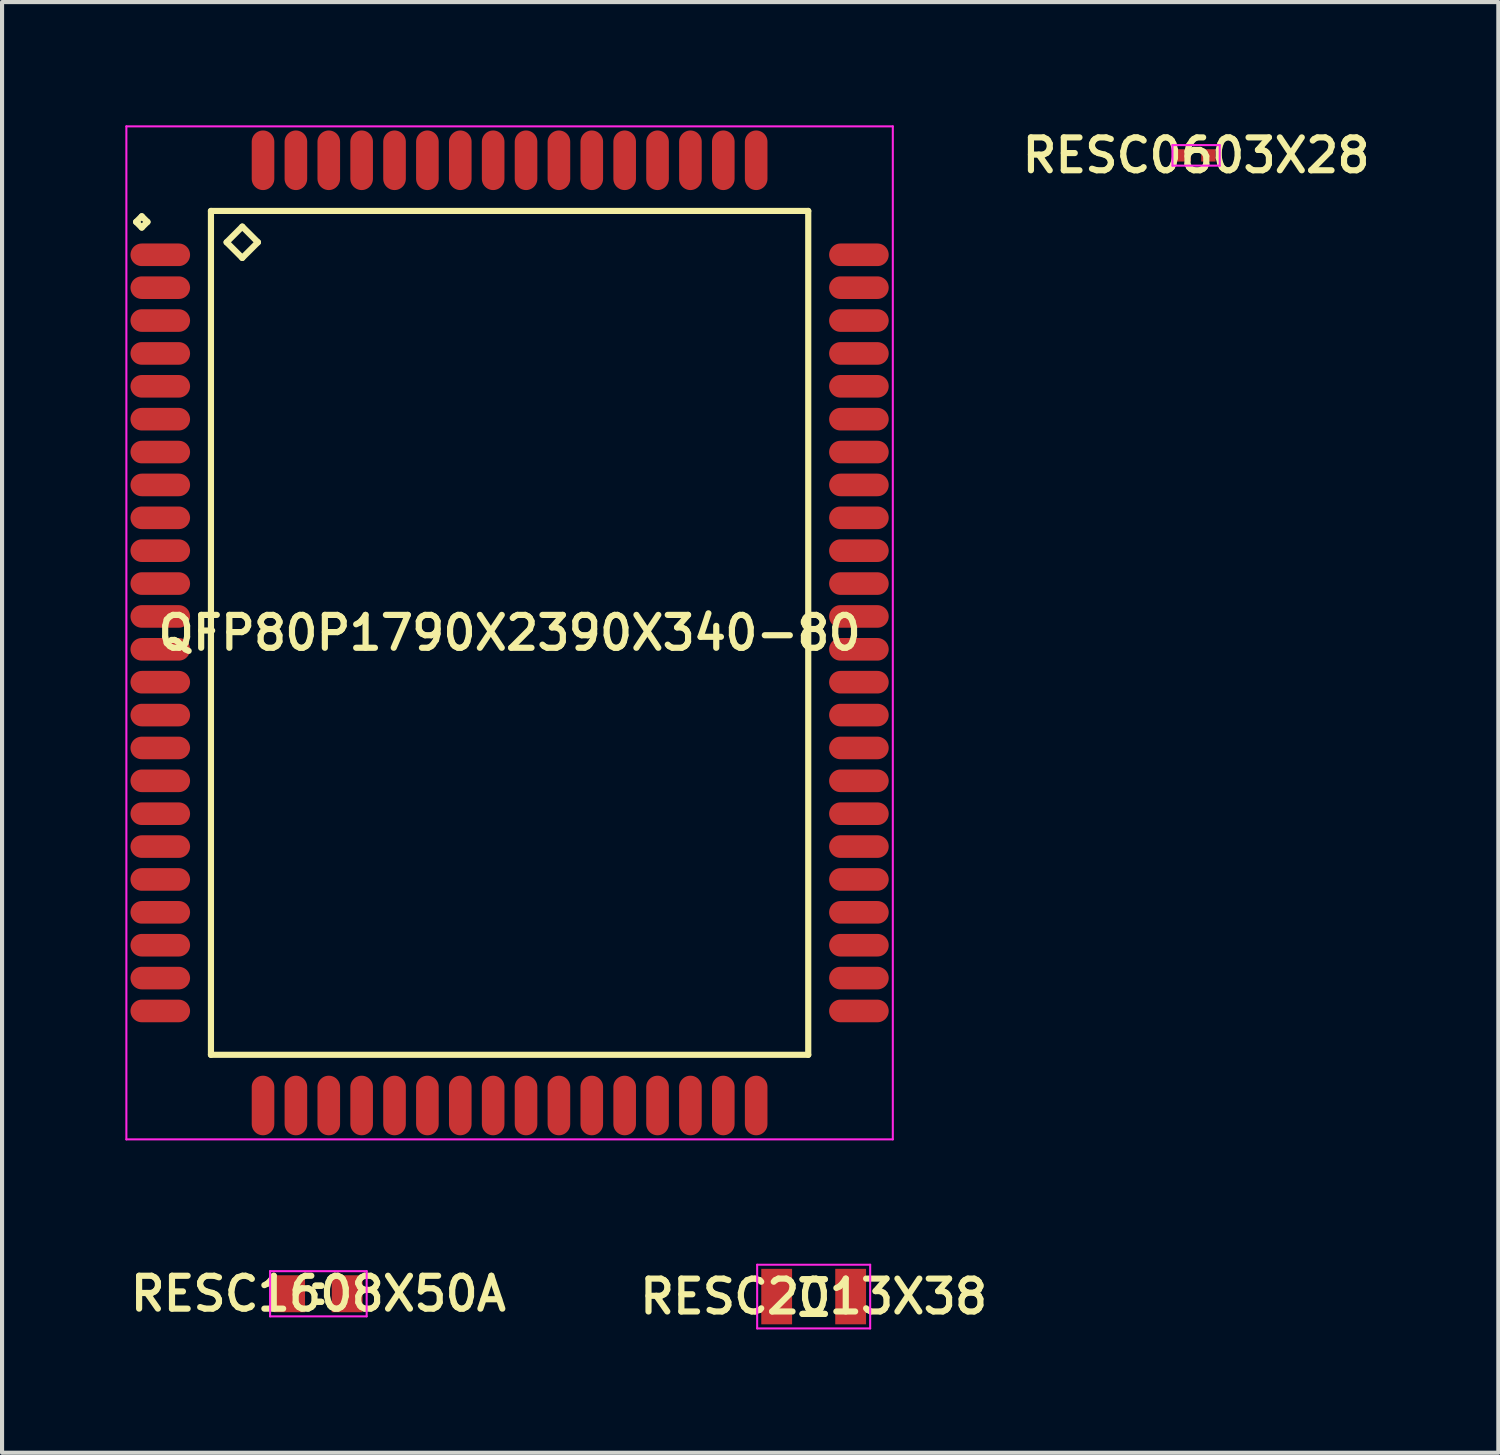
<source format=kicad_pcb>
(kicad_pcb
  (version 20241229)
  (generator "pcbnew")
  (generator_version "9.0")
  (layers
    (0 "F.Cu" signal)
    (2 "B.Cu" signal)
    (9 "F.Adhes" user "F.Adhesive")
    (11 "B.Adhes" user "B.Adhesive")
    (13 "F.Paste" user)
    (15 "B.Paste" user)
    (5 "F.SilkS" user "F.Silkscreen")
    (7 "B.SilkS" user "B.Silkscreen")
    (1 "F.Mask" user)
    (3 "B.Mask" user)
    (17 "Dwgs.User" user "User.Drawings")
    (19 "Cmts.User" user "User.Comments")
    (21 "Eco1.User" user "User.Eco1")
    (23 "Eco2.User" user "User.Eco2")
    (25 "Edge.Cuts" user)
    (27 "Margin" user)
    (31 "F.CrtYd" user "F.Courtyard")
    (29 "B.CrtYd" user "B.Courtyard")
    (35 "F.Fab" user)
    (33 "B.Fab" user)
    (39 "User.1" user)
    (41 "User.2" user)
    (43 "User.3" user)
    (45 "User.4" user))
  (footprint "RESC1608X50A"
    (layer "F.Cu")
    (at 4.697 28.431)
    (property "Reference" "RESC1608X50A" (at 0 0 0) (layer "F.SilkS") (effects (font (size 0.8 0.8) (thickness 0.15))))
    (attr smd)
    (fp_line (start -0.071 -0.196) (end 0.071 -0.196) (stroke (width 0.15) (type solid)) (layer "F.SilkS"))
    (fp_line (start -0.071 0.196) (end 0.071 0.196) (stroke (width 0.15) (type solid)) (layer "F.SilkS"))
    (fp_line (start 0.071 -0.196) (end -0.071 -0.196) (stroke (width 0.15) (type solid)) (layer "F.SilkS"))
    (fp_line (start 0.071 0.196) (end -0.071 0.196) (stroke (width 0.15) (type solid)) (layer "F.SilkS"))
    (fp_line (start -1.175 -0.55) (end 1.175 -0.55) (stroke (width 0.05) (type solid)) (layer "F.CrtYd"))
    (fp_line (start -1.175 0.55) (end -1.175 -0.55) (stroke (width 0.05) (type solid)) (layer "F.CrtYd"))
    (fp_line (start 1.175 -0.55) (end 1.175 0.55) (stroke (width 0.05) (type solid)) (layer "F.CrtYd"))
    (fp_line (start 1.175 0.55) (end -1.175 0.55) (stroke (width 0.05) (type solid)) (layer "F.CrtYd"))
    (pad "1" smd rect (at -0.7 0) (size 0.75 0.9) (layers "F.Cu" "F.Mask" "F.Paste"))
    (pad "2" smd rect (at 0.7 0) (size 0.75 0.9) (layers "F.Cu" "F.Mask" "F.Paste")))
  (footprint "RESC2013X38"
    (layer "F.Cu")
    (at 16.749 28.5)
    (property "Reference" "RESC2013X38" (at 0 0 0) (layer "F.SilkS") (effects (font (size 0.8 0.8) (thickness 0.15))))
    (attr smd)
    (fp_line (start -0.271 -0.421) (end 0.271 -0.421) (stroke (width 0.15) (type solid)) (layer "F.SilkS"))
    (fp_line (start -0.271 0.421) (end 0.271 0.421) (stroke (width 0.15) (type solid)) (layer "F.SilkS"))
    (fp_line (start 0.271 -0.421) (end -0.271 -0.421) (stroke (width 0.15) (type solid)) (layer "F.SilkS"))
    (fp_line (start 0.271 0.421) (end -0.271 0.421) (stroke (width 0.15) (type solid)) (layer "F.SilkS"))
    (fp_line (start -1.375 -0.775) (end 1.375 -0.775) (stroke (width 0.05) (type solid)) (layer "F.CrtYd"))
    (fp_line (start -1.375 0.775) (end -1.375 -0.775) (stroke (width 0.05) (type solid)) (layer "F.CrtYd"))
    (fp_line (start 1.375 -0.775) (end 1.375 0.775) (stroke (width 0.05) (type solid)) (layer "F.CrtYd"))
    (fp_line (start 1.375 0.775) (end -1.375 0.775) (stroke (width 0.05) (type solid)) (layer "F.CrtYd"))
    (pad "1" smd rect (at -0.9 0) (size 0.75 1.35) (layers "F.Cu" "F.Mask" "F.Paste"))
    (pad "2" smd rect (at 0.9 0) (size 0.75 1.35) (layers "F.Cu" "F.Mask" "F.Paste")))
  (footprint "QFP80P1790X2390X340-80"
    (layer "F.Cu")
    (at 9.35 12.35)
    (property "Reference" "QFP80P1790X2390X340-80" (at 0 0 0) (layer "F.SilkS") (effects (font (size 0.8 0.8) (thickness 0.15))))
    (attr smd)
    (fp_line (start -9.088 -10) (end -8.95 -10.137) (stroke (width 0.15) (type solid)) (layer "F.SilkS"))
    (fp_line (start -8.95 -10.137) (end -8.812 -10) (stroke (width 0.15) (type solid)) (layer "F.SilkS"))
    (fp_line (start -8.95 -9.863) (end -9.088 -10) (stroke (width 0.15) (type solid)) (layer "F.SilkS"))
    (fp_line (start -8.812 -10) (end -8.95 -9.863) (stroke (width 0.15) (type solid)) (layer "F.SilkS"))
    (fp_line (start -7.267 -10.267) (end -7.267 10.267) (stroke (width 0.15) (type solid)) (layer "F.SilkS"))
    (fp_line (start -7.267 10.267) (end 7.267 10.267) (stroke (width 0.15) (type solid)) (layer "F.SilkS"))
    (fp_line (start -6.886 -9.505) (end -6.505 -9.886) (stroke (width 0.15) (type solid)) (layer "F.SilkS"))
    (fp_line (start -6.505 -9.886) (end -6.124 -9.505) (stroke (width 0.15) (type solid)) (layer "F.SilkS"))
    (fp_line (start -6.505 -9.124) (end -6.886 -9.505) (stroke (width 0.15) (type solid)) (layer "F.SilkS"))
    (fp_line (start -6.124 -9.505) (end -6.505 -9.124) (stroke (width 0.15) (type solid)) (layer "F.SilkS"))
    (fp_line (start 7.267 -10.267) (end -7.267 -10.267) (stroke (width 0.15) (type solid)) (layer "F.SilkS"))
    (fp_line (start 7.267 10.267) (end 7.267 -10.267) (stroke (width 0.15) (type solid)) (layer "F.SilkS"))
    (fp_line (start -9.325 -12.325) (end 9.325 -12.325) (stroke (width 0.05) (type solid)) (layer "F.CrtYd"))
    (fp_line (start -9.325 12.325) (end -9.325 -12.325) (stroke (width 0.05) (type solid)) (layer "F.CrtYd"))
    (fp_line (start 9.325 -12.325) (end 9.325 12.325) (stroke (width 0.05) (type solid)) (layer "F.CrtYd"))
    (fp_line (start 9.325 12.325) (end -9.325 12.325) (stroke (width 0.05) (type solid)) (layer "F.CrtYd"))
    (pad "1" smd oval (at -8.5 -9.2) (size 1.45 0.55) (layers "F.Cu" "F.Mask" "F.Paste"))
    (pad "2" smd oval (at -8.5 -8.4) (size 1.45 0.55) (layers "F.Cu" "F.Mask" "F.Paste"))
    (pad "3" smd oval (at -8.5 -7.6) (size 1.45 0.55) (layers "F.Cu" "F.Mask" "F.Paste"))
    (pad "4" smd oval (at -8.5 -6.8) (size 1.45 0.55) (layers "F.Cu" "F.Mask" "F.Paste"))
    (pad "5" smd oval (at -8.5 -6) (size 1.45 0.55) (layers "F.Cu" "F.Mask" "F.Paste"))
    (pad "6" smd oval (at -8.5 -5.2) (size 1.45 0.55) (layers "F.Cu" "F.Mask" "F.Paste"))
    (pad "7" smd oval (at -8.5 -4.4) (size 1.45 0.55) (layers "F.Cu" "F.Mask" "F.Paste"))
    (pad "8" smd oval (at -8.5 -3.6) (size 1.45 0.55) (layers "F.Cu" "F.Mask" "F.Paste"))
    (pad "9" smd oval (at -8.5 -2.8) (size 1.45 0.55) (layers "F.Cu" "F.Mask" "F.Paste"))
    (pad "10" smd oval (at -8.5 -2) (size 1.45 0.55) (layers "F.Cu" "F.Mask" "F.Paste"))
    (pad "11" smd oval (at -8.5 -1.2) (size 1.45 0.55) (layers "F.Cu" "F.Mask" "F.Paste"))
    (pad "12" smd oval (at -8.5 -0.4) (size 1.45 0.55) (layers "F.Cu" "F.Mask" "F.Paste"))
    (pad "13" smd oval (at -8.5 0.4) (size 1.45 0.55) (layers "F.Cu" "F.Mask" "F.Paste"))
    (pad "14" smd oval (at -8.5 1.2) (size 1.45 0.55) (layers "F.Cu" "F.Mask" "F.Paste"))
    (pad "15" smd oval (at -8.5 2) (size 1.45 0.55) (layers "F.Cu" "F.Mask" "F.Paste"))
    (pad "16" smd oval (at -8.5 2.8) (size 1.45 0.55) (layers "F.Cu" "F.Mask" "F.Paste"))
    (pad "17" smd oval (at -8.5 3.6) (size 1.45 0.55) (layers "F.Cu" "F.Mask" "F.Paste"))
    (pad "18" smd oval (at -8.5 4.4) (size 1.45 0.55) (layers "F.Cu" "F.Mask" "F.Paste"))
    (pad "19" smd oval (at -8.5 5.2) (size 1.45 0.55) (layers "F.Cu" "F.Mask" "F.Paste"))
    (pad "20" smd oval (at -8.5 6) (size 1.45 0.55) (layers "F.Cu" "F.Mask" "F.Paste"))
    (pad "21" smd oval (at -8.5 6.8) (size 1.45 0.55) (layers "F.Cu" "F.Mask" "F.Paste"))
    (pad "22" smd oval (at -8.5 7.6) (size 1.45 0.55) (layers "F.Cu" "F.Mask" "F.Paste"))
    (pad "23" smd oval (at -8.5 8.4) (size 1.45 0.55) (layers "F.Cu" "F.Mask" "F.Paste"))
    (pad "24" smd oval (at -8.5 9.2) (size 1.45 0.55) (layers "F.Cu" "F.Mask" "F.Paste"))
    (pad "25" smd oval (at -6 11.5) (size 0.55 1.45) (layers "F.Cu" "F.Mask" "F.Paste"))
    (pad "26" smd oval (at -5.2 11.5) (size 0.55 1.45) (layers "F.Cu" "F.Mask" "F.Paste"))
    (pad "27" smd oval (at -4.4 11.5) (size 0.55 1.45) (layers "F.Cu" "F.Mask" "F.Paste"))
    (pad "28" smd oval (at -3.6 11.5) (size 0.55 1.45) (layers "F.Cu" "F.Mask" "F.Paste"))
    (pad "29" smd oval (at -2.8 11.5) (size 0.55 1.45) (layers "F.Cu" "F.Mask" "F.Paste"))
    (pad "30" smd oval (at -2 11.5) (size 0.55 1.45) (layers "F.Cu" "F.Mask" "F.Paste"))
    (pad "31" smd oval (at -1.2 11.5) (size 0.55 1.45) (layers "F.Cu" "F.Mask" "F.Paste"))
    (pad "32" smd oval (at -0.4 11.5) (size 0.55 1.45) (layers "F.Cu" "F.Mask" "F.Paste"))
    (pad "33" smd oval (at 0.4 11.5) (size 0.55 1.45) (layers "F.Cu" "F.Mask" "F.Paste"))
    (pad "34" smd oval (at 1.2 11.5) (size 0.55 1.45) (layers "F.Cu" "F.Mask" "F.Paste"))
    (pad "35" smd oval (at 2 11.5) (size 0.55 1.45) (layers "F.Cu" "F.Mask" "F.Paste"))
    (pad "36" smd oval (at 2.8 11.5) (size 0.55 1.45) (layers "F.Cu" "F.Mask" "F.Paste"))
    (pad "37" smd oval (at 3.6 11.5) (size 0.55 1.45) (layers "F.Cu" "F.Mask" "F.Paste"))
    (pad "38" smd oval (at 4.4 11.5) (size 0.55 1.45) (layers "F.Cu" "F.Mask" "F.Paste"))
    (pad "39" smd oval (at 5.2 11.5) (size 0.55 1.45) (layers "F.Cu" "F.Mask" "F.Paste"))
    (pad "40" smd oval (at 6 11.5) (size 0.55 1.45) (layers "F.Cu" "F.Mask" "F.Paste"))
    (pad "41" smd oval (at 8.5 9.2) (size 1.45 0.55) (layers "F.Cu" "F.Mask" "F.Paste"))
    (pad "42" smd oval (at 8.5 8.4) (size 1.45 0.55) (layers "F.Cu" "F.Mask" "F.Paste"))
    (pad "43" smd oval (at 8.5 7.6) (size 1.45 0.55) (layers "F.Cu" "F.Mask" "F.Paste"))
    (pad "44" smd oval (at 8.5 6.8) (size 1.45 0.55) (layers "F.Cu" "F.Mask" "F.Paste"))
    (pad "45" smd oval (at 8.5 6) (size 1.45 0.55) (layers "F.Cu" "F.Mask" "F.Paste"))
    (pad "46" smd oval (at 8.5 5.2) (size 1.45 0.55) (layers "F.Cu" "F.Mask" "F.Paste"))
    (pad "47" smd oval (at 8.5 4.4) (size 1.45 0.55) (layers "F.Cu" "F.Mask" "F.Paste"))
    (pad "48" smd oval (at 8.5 3.6) (size 1.45 0.55) (layers "F.Cu" "F.Mask" "F.Paste"))
    (pad "49" smd oval (at 8.5 2.8) (size 1.45 0.55) (layers "F.Cu" "F.Mask" "F.Paste"))
    (pad "50" smd oval (at 8.5 2) (size 1.45 0.55) (layers "F.Cu" "F.Mask" "F.Paste"))
    (pad "51" smd oval (at 8.5 1.2) (size 1.45 0.55) (layers "F.Cu" "F.Mask" "F.Paste"))
    (pad "52" smd oval (at 8.5 0.4) (size 1.45 0.55) (layers "F.Cu" "F.Mask" "F.Paste"))
    (pad "53" smd oval (at 8.5 -0.4) (size 1.45 0.55) (layers "F.Cu" "F.Mask" "F.Paste"))
    (pad "54" smd oval (at 8.5 -1.2) (size 1.45 0.55) (layers "F.Cu" "F.Mask" "F.Paste"))
    (pad "55" smd oval (at 8.5 -2) (size 1.45 0.55) (layers "F.Cu" "F.Mask" "F.Paste"))
    (pad "56" smd oval (at 8.5 -2.8) (size 1.45 0.55) (layers "F.Cu" "F.Mask" "F.Paste"))
    (pad "57" smd oval (at 8.5 -3.6) (size 1.45 0.55) (layers "F.Cu" "F.Mask" "F.Paste"))
    (pad "58" smd oval (at 8.5 -4.4) (size 1.45 0.55) (layers "F.Cu" "F.Mask" "F.Paste"))
    (pad "59" smd oval (at 8.5 -5.2) (size 1.45 0.55) (layers "F.Cu" "F.Mask" "F.Paste"))
    (pad "60" smd oval (at 8.5 -6) (size 1.45 0.55) (layers "F.Cu" "F.Mask" "F.Paste"))
    (pad "61" smd oval (at 8.5 -6.8) (size 1.45 0.55) (layers "F.Cu" "F.Mask" "F.Paste"))
    (pad "62" smd oval (at 8.5 -7.6) (size 1.45 0.55) (layers "F.Cu" "F.Mask" "F.Paste"))
    (pad "63" smd oval (at 8.5 -8.4) (size 1.45 0.55) (layers "F.Cu" "F.Mask" "F.Paste"))
    (pad "64" smd oval (at 8.5 -9.2) (size 1.45 0.55) (layers "F.Cu" "F.Mask" "F.Paste"))
    (pad "65" smd oval (at 6 -11.5) (size 0.55 1.45) (layers "F.Cu" "F.Mask" "F.Paste"))
    (pad "66" smd oval (at 5.2 -11.5) (size 0.55 1.45) (layers "F.Cu" "F.Mask" "F.Paste"))
    (pad "67" smd oval (at 4.4 -11.5) (size 0.55 1.45) (layers "F.Cu" "F.Mask" "F.Paste"))
    (pad "68" smd oval (at 3.6 -11.5) (size 0.55 1.45) (layers "F.Cu" "F.Mask" "F.Paste"))
    (pad "69" smd oval (at 2.8 -11.5) (size 0.55 1.45) (layers "F.Cu" "F.Mask" "F.Paste"))
    (pad "70" smd oval (at 2 -11.5) (size 0.55 1.45) (layers "F.Cu" "F.Mask" "F.Paste"))
    (pad "71" smd oval (at 1.2 -11.5) (size 0.55 1.45) (layers "F.Cu" "F.Mask" "F.Paste"))
    (pad "72" smd oval (at 0.4 -11.5) (size 0.55 1.45) (layers "F.Cu" "F.Mask" "F.Paste"))
    (pad "73" smd oval (at -0.4 -11.5) (size 0.55 1.45) (layers "F.Cu" "F.Mask" "F.Paste"))
    (pad "74" smd oval (at -1.2 -11.5) (size 0.55 1.45) (layers "F.Cu" "F.Mask" "F.Paste"))
    (pad "75" smd oval (at -2 -11.5) (size 0.55 1.45) (layers "F.Cu" "F.Mask" "F.Paste"))
    (pad "76" smd oval (at -2.8 -11.5) (size 0.55 1.45) (layers "F.Cu" "F.Mask" "F.Paste"))
    (pad "77" smd oval (at -3.6 -11.5) (size 0.55 1.45) (layers "F.Cu" "F.Mask" "F.Paste"))
    (pad "78" smd oval (at -4.4 -11.5) (size 0.55 1.45) (layers "F.Cu" "F.Mask" "F.Paste"))
    (pad "79" smd oval (at -5.2 -11.5) (size 0.55 1.45) (layers "F.Cu" "F.Mask" "F.Paste"))
    (pad "80" smd oval (at -6 -11.5) (size 0.55 1.45) (layers "F.Cu" "F.Mask" "F.Paste")))
  (footprint "RESC0603X28"
    (layer "F.Cu")
    (at 26.055 0.731)
    (property "Reference" "RESC0603X28" (at 0 0 0) (layer "F.SilkS") (effects (font (size 0.8 0.8) (thickness 0.15))))
    (attr smd)
    (fp_line (start -0.575 -0.25) (end 0.575 -0.25) (stroke (width 0.05) (type solid)) (layer "F.CrtYd"))
    (fp_line (start -0.575 0.25) (end -0.575 -0.25) (stroke (width 0.05) (type solid)) (layer "F.CrtYd"))
    (fp_line (start 0.575 -0.25) (end 0.575 0.25) (stroke (width 0.05) (type solid)) (layer "F.CrtYd"))
    (fp_line (start 0.575 0.25) (end -0.575 0.25) (stroke (width 0.05) (type solid)) (layer "F.CrtYd"))
    (pad "1" smd rect (at -0.3 0) (size 0.35 0.3) (layers "F.Cu" "F.Mask" "F.Paste"))
    (pad "2" smd rect (at 0.3 0) (size 0.35 0.3) (layers "F.Cu" "F.Mask" "F.Paste")))
  (gr_rect
    (start -3 -3)
    (end 33.409 32.3)
    (stroke (width 0.1) (type default))
    (fill no)
    (layer "Edge.Cuts")))
</source>
